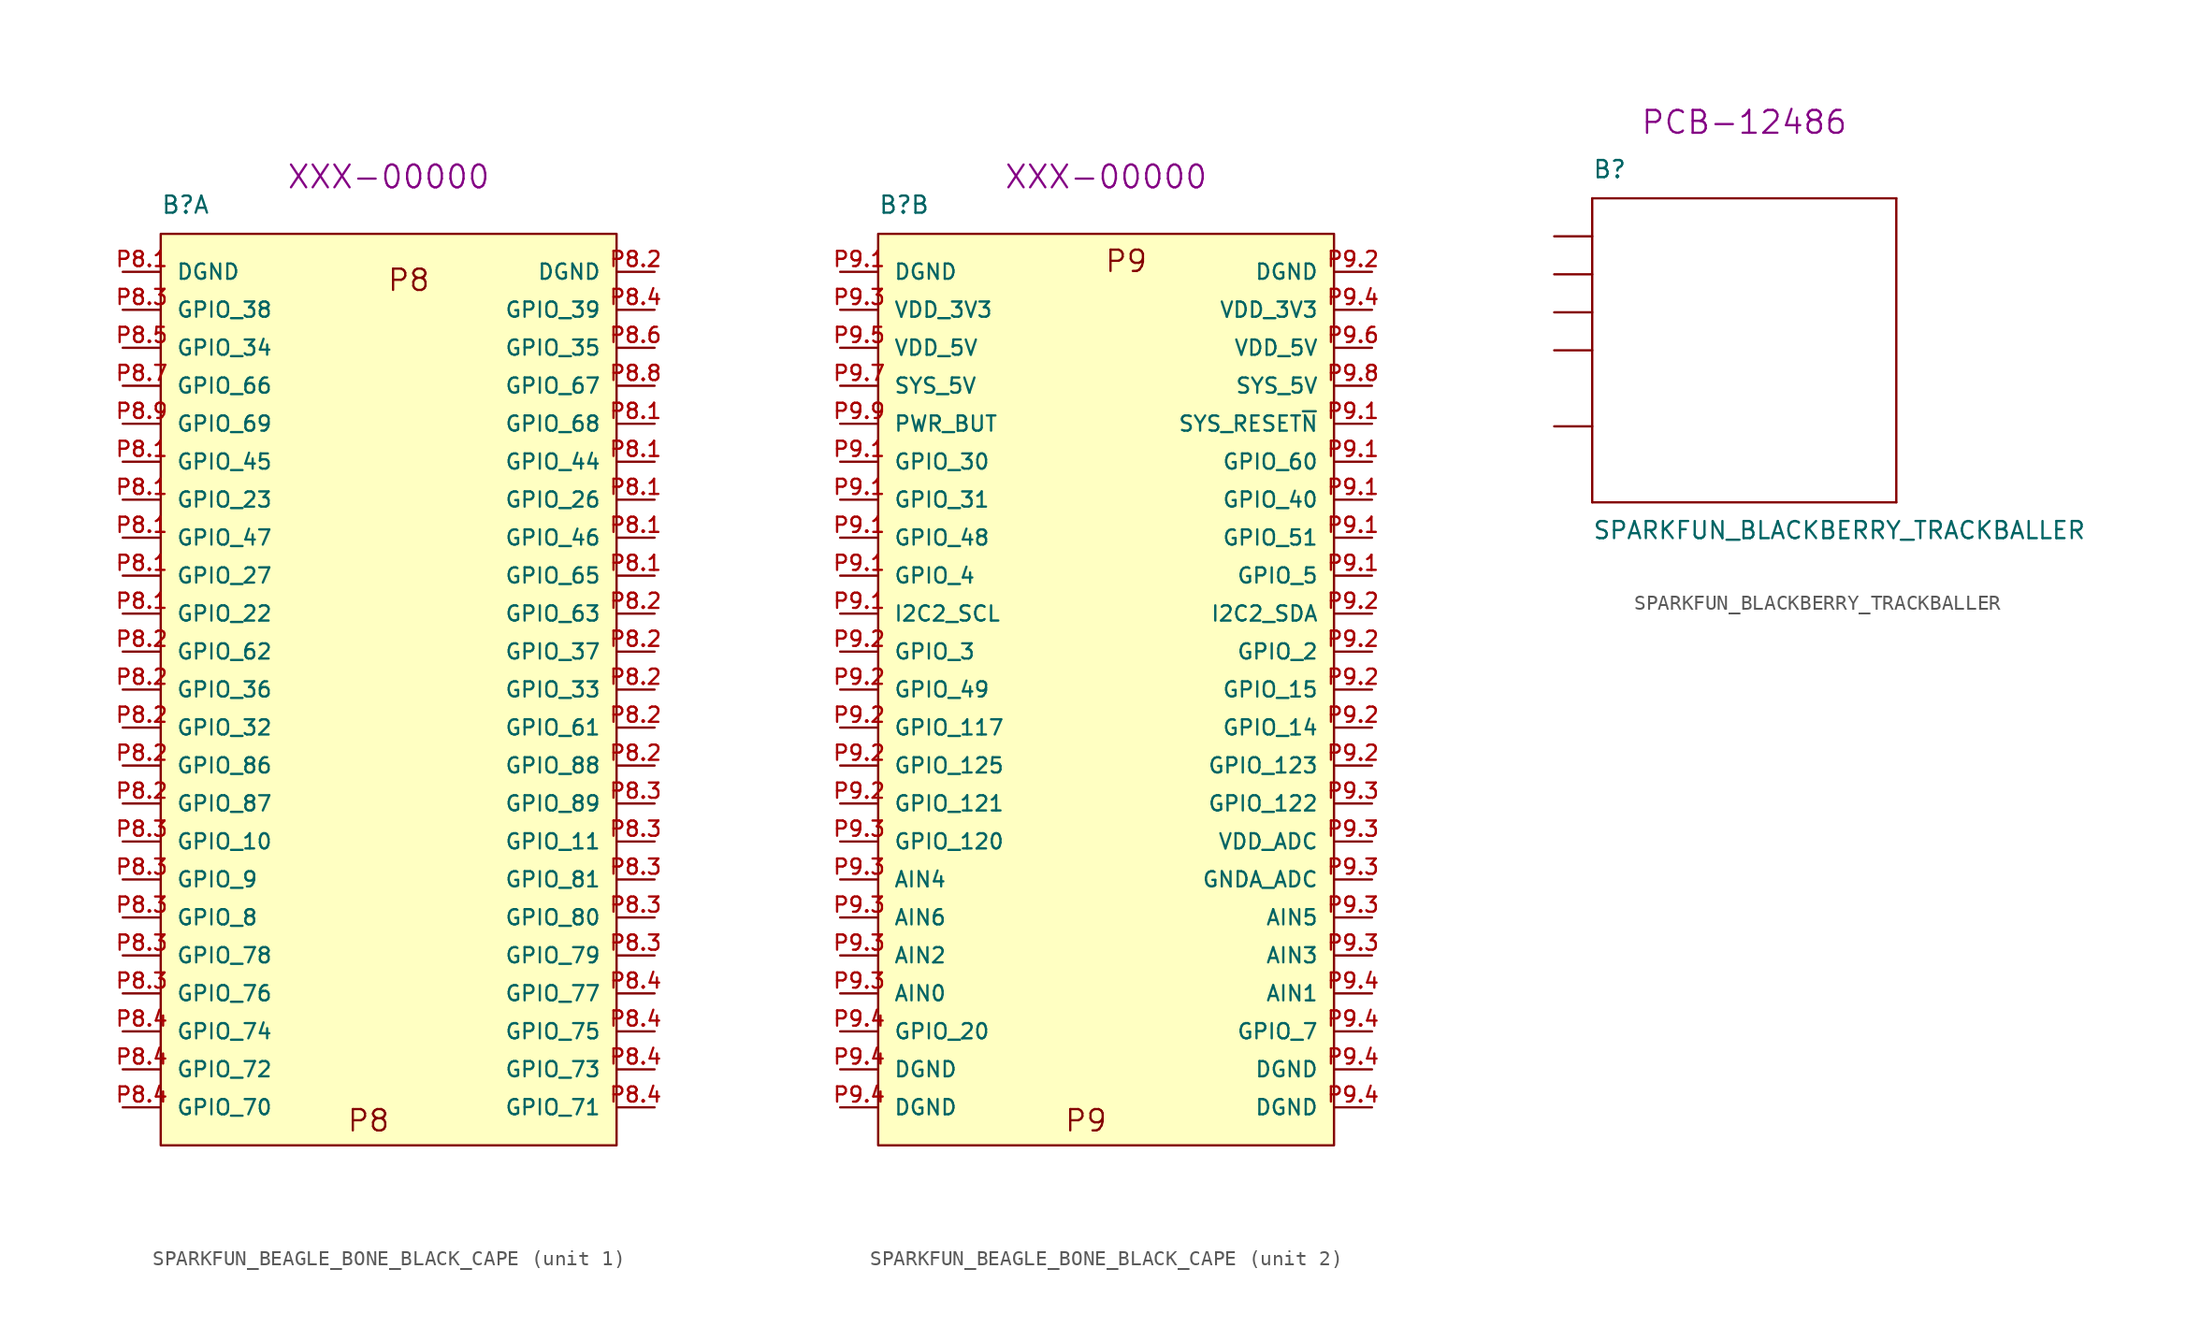
<source format=kicad_sym>
(kicad_symbol_lib
  (version 20211014)
  (generator kicad_symbol_editor)
  (symbol "SPARKFUN_BEAGLE_BONE_BLACK_CAPE"
    (pin_names
      (offset 1.016))
    (property "Reference" "B"
      (at -15.24 29.21 0)
      (effects (font (size 1.143 1.143)) (justify left bottom)))
    (property "Field4" "XXX-00000"
      (at 0 31.75 0)
      (effects (font (size 1.524 1.524))))
    (property "ki_locked" ""
      (at 0 0 0)
      (effects (font (size 1.27 1.27))))
    (symbol "SPARKFUN_BEAGLE_BONE_BLACK_CAPE_1_0"
      (text "P8" (at -1.346 -31.369 0) (effects (font (size 1.422 1.422))))
      (text "P8" (at 1.346 24.841 0) (effects (font (size 1.422 1.422)))))
    (symbol "SPARKFUN_BEAGLE_BONE_BLACK_CAPE_1_1"
      (polyline (pts (xy -15.24 27.94) (xy 15.24 27.94) (xy 15.24 -33.02) (xy -15.24 -33.02) (xy -15.24 27.94)) (stroke (width 0) (type default) (color 0 0 0 0)) (fill (type background)))
      (pin bidirectional line (at -17.78 25.4 0) (length 2.54) (name "DGND" (effects (font (size 1.016 1.016)))) (number "P8.1" (effects (font (size 1.016 1.016)))))
      (pin bidirectional line (at -17.78 2.54 0) (length 2.54) (name "GPIO_22" (effects (font (size 1.016 1.016)))) (number "P8.1" (effects (font (size 1.016 1.016)))))
      (pin bidirectional line (at -17.78 10.16 0) (length 2.54) (name "GPIO_23" (effects (font (size 1.016 1.016)))) (number "P8.1" (effects (font (size 1.016 1.016)))))
      (pin bidirectional line (at 17.78 10.16 180) (length 2.54) (name "GPIO_26" (effects (font (size 1.016 1.016)))) (number "P8.1" (effects (font (size 1.016 1.016)))))
      (pin bidirectional line (at -17.78 5.08 0) (length 2.54) (name "GPIO_27" (effects (font (size 1.016 1.016)))) (number "P8.1" (effects (font (size 1.016 1.016)))))
      (pin bidirectional line (at 17.78 12.7 180) (length 2.54) (name "GPIO_44" (effects (font (size 1.016 1.016)))) (number "P8.1" (effects (font (size 1.016 1.016)))))
      (pin bidirectional line (at -17.78 12.7 0) (length 2.54) (name "GPIO_45" (effects (font (size 1.016 1.016)))) (number "P8.1" (effects (font (size 1.016 1.016)))))
      (pin bidirectional line (at 17.78 7.62 180) (length 2.54) (name "GPIO_46" (effects (font (size 1.016 1.016)))) (number "P8.1" (effects (font (size 1.016 1.016)))))
      (pin bidirectional line (at -17.78 7.62 0) (length 2.54) (name "GPIO_47" (effects (font (size 1.016 1.016)))) (number "P8.1" (effects (font (size 1.016 1.016)))))
      (pin bidirectional line (at 17.78 5.08 180) (length 2.54) (name "GPIO_65" (effects (font (size 1.016 1.016)))) (number "P8.1" (effects (font (size 1.016 1.016)))))
      (pin bidirectional line (at 17.78 15.24 180) (length 2.54) (name "GPIO_68" (effects (font (size 1.016 1.016)))) (number "P8.1" (effects (font (size 1.016 1.016)))))
      (pin bidirectional line (at 17.78 25.4 180) (length 2.54) (name "DGND" (effects (font (size 1.016 1.016)))) (number "P8.2" (effects (font (size 1.016 1.016)))))
      (pin bidirectional line (at -17.78 -5.08 0) (length 2.54) (name "GPIO_32" (effects (font (size 1.016 1.016)))) (number "P8.2" (effects (font (size 1.016 1.016)))))
      (pin bidirectional line (at 17.78 -2.54 180) (length 2.54) (name "GPIO_33" (effects (font (size 1.016 1.016)))) (number "P8.2" (effects (font (size 1.016 1.016)))))
      (pin bidirectional line (at -17.78 -2.54 0) (length 2.54) (name "GPIO_36" (effects (font (size 1.016 1.016)))) (number "P8.2" (effects (font (size 1.016 1.016)))))
      (pin bidirectional line (at 17.78 0 180) (length 2.54) (name "GPIO_37" (effects (font (size 1.016 1.016)))) (number "P8.2" (effects (font (size 1.016 1.016)))))
      (pin bidirectional line (at 17.78 -5.08 180) (length 2.54) (name "GPIO_61" (effects (font (size 1.016 1.016)))) (number "P8.2" (effects (font (size 1.016 1.016)))))
      (pin bidirectional line (at -17.78 0 0) (length 2.54) (name "GPIO_62" (effects (font (size 1.016 1.016)))) (number "P8.2" (effects (font (size 1.016 1.016)))))
      (pin bidirectional line (at 17.78 2.54 180) (length 2.54) (name "GPIO_63" (effects (font (size 1.016 1.016)))) (number "P8.2" (effects (font (size 1.016 1.016)))))
      (pin bidirectional line (at -17.78 -7.62 0) (length 2.54) (name "GPIO_86" (effects (font (size 1.016 1.016)))) (number "P8.2" (effects (font (size 1.016 1.016)))))
      (pin bidirectional line (at -17.78 -10.16 0) (length 2.54) (name "GPIO_87" (effects (font (size 1.016 1.016)))) (number "P8.2" (effects (font (size 1.016 1.016)))))
      (pin bidirectional line (at 17.78 -7.62 180) (length 2.54) (name "GPIO_88" (effects (font (size 1.016 1.016)))) (number "P8.2" (effects (font (size 1.016 1.016)))))
      (pin bidirectional line (at -17.78 -12.7 0) (length 2.54) (name "GPIO_10" (effects (font (size 1.016 1.016)))) (number "P8.3" (effects (font (size 1.016 1.016)))))
      (pin bidirectional line (at 17.78 -12.7 180) (length 2.54) (name "GPIO_11" (effects (font (size 1.016 1.016)))) (number "P8.3" (effects (font (size 1.016 1.016)))))
      (pin bidirectional line (at -17.78 22.86 0) (length 2.54) (name "GPIO_38" (effects (font (size 1.016 1.016)))) (number "P8.3" (effects (font (size 1.016 1.016)))))
      (pin bidirectional line (at -17.78 -22.86 0) (length 2.54) (name "GPIO_76" (effects (font (size 1.016 1.016)))) (number "P8.3" (effects (font (size 1.016 1.016)))))
      (pin bidirectional line (at -17.78 -20.32 0) (length 2.54) (name "GPIO_78" (effects (font (size 1.016 1.016)))) (number "P8.3" (effects (font (size 1.016 1.016)))))
      (pin bidirectional line (at 17.78 -20.32 180) (length 2.54) (name "GPIO_79" (effects (font (size 1.016 1.016)))) (number "P8.3" (effects (font (size 1.016 1.016)))))
      (pin bidirectional line (at -17.78 -17.78 0) (length 2.54) (name "GPIO_8" (effects (font (size 1.016 1.016)))) (number "P8.3" (effects (font (size 1.016 1.016)))))
      (pin bidirectional line (at 17.78 -17.78 180) (length 2.54) (name "GPIO_80" (effects (font (size 1.016 1.016)))) (number "P8.3" (effects (font (size 1.016 1.016)))))
      (pin bidirectional line (at 17.78 -15.24 180) (length 2.54) (name "GPIO_81" (effects (font (size 1.016 1.016)))) (number "P8.3" (effects (font (size 1.016 1.016)))))
      (pin bidirectional line (at 17.78 -10.16 180) (length 2.54) (name "GPIO_89" (effects (font (size 1.016 1.016)))) (number "P8.3" (effects (font (size 1.016 1.016)))))
      (pin bidirectional line (at -17.78 -15.24 0) (length 2.54) (name "GPIO_9" (effects (font (size 1.016 1.016)))) (number "P8.3" (effects (font (size 1.016 1.016)))))
      (pin bidirectional line (at 17.78 22.86 180) (length 2.54) (name "GPIO_39" (effects (font (size 1.016 1.016)))) (number "P8.4" (effects (font (size 1.016 1.016)))))
      (pin bidirectional line (at -17.78 -30.48 0) (length 2.54) (name "GPIO_70" (effects (font (size 1.016 1.016)))) (number "P8.4" (effects (font (size 1.016 1.016)))))
      (pin bidirectional line (at 17.78 -30.48 180) (length 2.54) (name "GPIO_71" (effects (font (size 1.016 1.016)))) (number "P8.4" (effects (font (size 1.016 1.016)))))
      (pin bidirectional line (at -17.78 -27.94 0) (length 2.54) (name "GPIO_72" (effects (font (size 1.016 1.016)))) (number "P8.4" (effects (font (size 1.016 1.016)))))
      (pin bidirectional line (at 17.78 -27.94 180) (length 2.54) (name "GPIO_73" (effects (font (size 1.016 1.016)))) (number "P8.4" (effects (font (size 1.016 1.016)))))
      (pin bidirectional line (at -17.78 -25.4 0) (length 2.54) (name "GPIO_74" (effects (font (size 1.016 1.016)))) (number "P8.4" (effects (font (size 1.016 1.016)))))
      (pin bidirectional line (at 17.78 -25.4 180) (length 2.54) (name "GPIO_75" (effects (font (size 1.016 1.016)))) (number "P8.4" (effects (font (size 1.016 1.016)))))
      (pin bidirectional line (at 17.78 -22.86 180) (length 2.54) (name "GPIO_77" (effects (font (size 1.016 1.016)))) (number "P8.4" (effects (font (size 1.016 1.016)))))
      (pin bidirectional line (at -17.78 20.32 0) (length 2.54) (name "GPIO_34" (effects (font (size 1.016 1.016)))) (number "P8.5" (effects (font (size 1.016 1.016)))))
      (pin bidirectional line (at 17.78 20.32 180) (length 2.54) (name "GPIO_35" (effects (font (size 1.016 1.016)))) (number "P8.6" (effects (font (size 1.016 1.016)))))
      (pin bidirectional line (at -17.78 17.78 0) (length 2.54) (name "GPIO_66" (effects (font (size 1.016 1.016)))) (number "P8.7" (effects (font (size 1.016 1.016)))))
      (pin bidirectional line (at 17.78 17.78 180) (length 2.54) (name "GPIO_67" (effects (font (size 1.016 1.016)))) (number "P8.8" (effects (font (size 1.016 1.016)))))
      (pin bidirectional line (at -17.78 15.24 0) (length 2.54) (name "GPIO_69" (effects (font (size 1.016 1.016)))) (number "P8.9" (effects (font (size 1.016 1.016))))))
    (symbol "SPARKFUN_BEAGLE_BONE_BLACK_CAPE_2_0"
      (text "P9" (at -1.346 -31.369 0) (effects (font (size 1.422 1.422))))
      (text "P9" (at 1.346 26.111 0) (effects (font (size 1.422 1.422)))))
    (symbol "SPARKFUN_BEAGLE_BONE_BLACK_CAPE_2_1"
      (polyline (pts (xy -15.24 27.94) (xy 15.24 27.94) (xy 15.24 -33.02) (xy -15.24 -33.02) (xy -15.24 27.94)) (stroke (width 0) (type default) (color 0 0 0 0)) (fill (type background)))
      (pin bidirectional line (at -17.78 25.4 0) (length 2.54) (name "DGND" (effects (font (size 1.016 1.016)))) (number "P9.1" (effects (font (size 1.016 1.016)))))
      (pin bidirectional line (at -17.78 12.7 0) (length 2.54) (name "GPIO_30" (effects (font (size 1.016 1.016)))) (number "P9.1" (effects (font (size 1.016 1.016)))))
      (pin bidirectional line (at -17.78 10.16 0) (length 2.54) (name "GPIO_31" (effects (font (size 1.016 1.016)))) (number "P9.1" (effects (font (size 1.016 1.016)))))
      (pin bidirectional line (at -17.78 5.08 0) (length 2.54) (name "GPIO_4" (effects (font (size 1.016 1.016)))) (number "P9.1" (effects (font (size 1.016 1.016)))))
      (pin bidirectional line (at 17.78 10.16 180) (length 2.54) (name "GPIO_40" (effects (font (size 1.016 1.016)))) (number "P9.1" (effects (font (size 1.016 1.016)))))
      (pin bidirectional line (at -17.78 7.62 0) (length 2.54) (name "GPIO_48" (effects (font (size 1.016 1.016)))) (number "P9.1" (effects (font (size 1.016 1.016)))))
      (pin bidirectional line (at 17.78 5.08 180) (length 2.54) (name "GPIO_5" (effects (font (size 1.016 1.016)))) (number "P9.1" (effects (font (size 1.016 1.016)))))
      (pin bidirectional line (at 17.78 7.62 180) (length 2.54) (name "GPIO_51" (effects (font (size 1.016 1.016)))) (number "P9.1" (effects (font (size 1.016 1.016)))))
      (pin bidirectional line (at 17.78 12.7 180) (length 2.54) (name "GPIO_60" (effects (font (size 1.016 1.016)))) (number "P9.1" (effects (font (size 1.016 1.016)))))
      (pin bidirectional line (at -17.78 2.54 0) (length 2.54) (name "I2C2_SCL" (effects (font (size 1.016 1.016)))) (number "P9.1" (effects (font (size 1.016 1.016)))))
      (pin bidirectional line (at 17.78 15.24 180) (length 2.54) (name "SYS_RESET~{N}" (effects (font (size 1.016 1.016)))) (number "P9.1" (effects (font (size 1.016 1.016)))))
      (pin bidirectional line (at 17.78 25.4 180) (length 2.54) (name "DGND" (effects (font (size 1.016 1.016)))) (number "P9.2" (effects (font (size 1.016 1.016)))))
      (pin bidirectional line (at -17.78 -5.08 0) (length 2.54) (name "GPIO_117" (effects (font (size 1.016 1.016)))) (number "P9.2" (effects (font (size 1.016 1.016)))))
      (pin bidirectional line (at -17.78 -10.16 0) (length 2.54) (name "GPIO_121" (effects (font (size 1.016 1.016)))) (number "P9.2" (effects (font (size 1.016 1.016)))))
      (pin bidirectional line (at 17.78 -7.62 180) (length 2.54) (name "GPIO_123" (effects (font (size 1.016 1.016)))) (number "P9.2" (effects (font (size 1.016 1.016)))))
      (pin bidirectional line (at -17.78 -7.62 0) (length 2.54) (name "GPIO_125" (effects (font (size 1.016 1.016)))) (number "P9.2" (effects (font (size 1.016 1.016)))))
      (pin bidirectional line (at 17.78 -5.08 180) (length 2.54) (name "GPIO_14" (effects (font (size 1.016 1.016)))) (number "P9.2" (effects (font (size 1.016 1.016)))))
      (pin bidirectional line (at 17.78 -2.54 180) (length 2.54) (name "GPIO_15" (effects (font (size 1.016 1.016)))) (number "P9.2" (effects (font (size 1.016 1.016)))))
      (pin bidirectional line (at 17.78 0 180) (length 2.54) (name "GPIO_2" (effects (font (size 1.016 1.016)))) (number "P9.2" (effects (font (size 1.016 1.016)))))
      (pin bidirectional line (at -17.78 0 0) (length 2.54) (name "GPIO_3" (effects (font (size 1.016 1.016)))) (number "P9.2" (effects (font (size 1.016 1.016)))))
      (pin bidirectional line (at -17.78 -2.54 0) (length 2.54) (name "GPIO_49" (effects (font (size 1.016 1.016)))) (number "P9.2" (effects (font (size 1.016 1.016)))))
      (pin bidirectional line (at 17.78 2.54 180) (length 2.54) (name "I2C2_SDA" (effects (font (size 1.016 1.016)))) (number "P9.2" (effects (font (size 1.016 1.016)))))
      (pin bidirectional line (at -17.78 -22.86 0) (length 2.54) (name "AIN0" (effects (font (size 1.016 1.016)))) (number "P9.3" (effects (font (size 1.016 1.016)))))
      (pin bidirectional line (at -17.78 -20.32 0) (length 2.54) (name "AIN2" (effects (font (size 1.016 1.016)))) (number "P9.3" (effects (font (size 1.016 1.016)))))
      (pin bidirectional line (at 17.78 -20.32 180) (length 2.54) (name "AIN3" (effects (font (size 1.016 1.016)))) (number "P9.3" (effects (font (size 1.016 1.016)))))
      (pin bidirectional line (at -17.78 -15.24 0) (length 2.54) (name "AIN4" (effects (font (size 1.016 1.016)))) (number "P9.3" (effects (font (size 1.016 1.016)))))
      (pin bidirectional line (at 17.78 -17.78 180) (length 2.54) (name "AIN5" (effects (font (size 1.016 1.016)))) (number "P9.3" (effects (font (size 1.016 1.016)))))
      (pin bidirectional line (at -17.78 -17.78 0) (length 2.54) (name "AIN6" (effects (font (size 1.016 1.016)))) (number "P9.3" (effects (font (size 1.016 1.016)))))
      (pin bidirectional line (at 17.78 -15.24 180) (length 2.54) (name "GNDA_ADC" (effects (font (size 1.016 1.016)))) (number "P9.3" (effects (font (size 1.016 1.016)))))
      (pin bidirectional line (at -17.78 -12.7 0) (length 2.54) (name "GPIO_120" (effects (font (size 1.016 1.016)))) (number "P9.3" (effects (font (size 1.016 1.016)))))
      (pin bidirectional line (at 17.78 -10.16 180) (length 2.54) (name "GPIO_122" (effects (font (size 1.016 1.016)))) (number "P9.3" (effects (font (size 1.016 1.016)))))
      (pin bidirectional line (at -17.78 22.86 0) (length 2.54) (name "VDD_3V3" (effects (font (size 1.016 1.016)))) (number "P9.3" (effects (font (size 1.016 1.016)))))
      (pin bidirectional line (at 17.78 -12.7 180) (length 2.54) (name "VDD_ADC" (effects (font (size 1.016 1.016)))) (number "P9.3" (effects (font (size 1.016 1.016)))))
      (pin bidirectional line (at 17.78 -22.86 180) (length 2.54) (name "AIN1" (effects (font (size 1.016 1.016)))) (number "P9.4" (effects (font (size 1.016 1.016)))))
      (pin bidirectional line (at -17.78 -30.48 0) (length 2.54) (name "DGND" (effects (font (size 1.016 1.016)))) (number "P9.4" (effects (font (size 1.016 1.016)))))
      (pin bidirectional line (at -17.78 -27.94 0) (length 2.54) (name "DGND" (effects (font (size 1.016 1.016)))) (number "P9.4" (effects (font (size 1.016 1.016)))))
      (pin bidirectional line (at 17.78 -30.48 180) (length 2.54) (name "DGND" (effects (font (size 1.016 1.016)))) (number "P9.4" (effects (font (size 1.016 1.016)))))
      (pin bidirectional line (at 17.78 -27.94 180) (length 2.54) (name "DGND" (effects (font (size 1.016 1.016)))) (number "P9.4" (effects (font (size 1.016 1.016)))))
      (pin bidirectional line (at -17.78 -25.4 0) (length 2.54) (name "GPIO_20" (effects (font (size 1.016 1.016)))) (number "P9.4" (effects (font (size 1.016 1.016)))))
      (pin bidirectional line (at 17.78 -25.4 180) (length 2.54) (name "GPIO_7" (effects (font (size 1.016 1.016)))) (number "P9.4" (effects (font (size 1.016 1.016)))))
      (pin bidirectional line (at 17.78 22.86 180) (length 2.54) (name "VDD_3V3" (effects (font (size 1.016 1.016)))) (number "P9.4" (effects (font (size 1.016 1.016)))))
      (pin bidirectional line (at -17.78 20.32 0) (length 2.54) (name "VDD_5V" (effects (font (size 1.016 1.016)))) (number "P9.5" (effects (font (size 1.016 1.016)))))
      (pin bidirectional line (at 17.78 20.32 180) (length 2.54) (name "VDD_5V" (effects (font (size 1.016 1.016)))) (number "P9.6" (effects (font (size 1.016 1.016)))))
      (pin bidirectional line (at -17.78 17.78 0) (length 2.54) (name "SYS_5V" (effects (font (size 1.016 1.016)))) (number "P9.7" (effects (font (size 1.016 1.016)))))
      (pin bidirectional line (at 17.78 17.78 180) (length 2.54) (name "SYS_5V" (effects (font (size 1.016 1.016)))) (number "P9.8" (effects (font (size 1.016 1.016)))))
      (pin bidirectional line (at -17.78 15.24 0) (length 2.54) (name "PWR_BUT" (effects (font (size 1.016 1.016)))) (number "P9.9" (effects (font (size 1.016 1.016)))))))
  (symbol "SPARKFUN_BLACKBERRY_TRACKBALLER"
    (pin_names
      (offset 1.016))
    (property "Reference" "B"
      (at -10.16 11.43 0)
      (effects (font (size 1.143 1.143)) (justify left bottom)))
    (property "Value" "SPARKFUN_BLACKBERRY_TRACKBALLER"
      (at -10.16 -12.7 0)
      (effects (font (size 1.143 1.143)) (justify left bottom)))
    (property "Field4" "PCB-12486"
      (at 0 15.24 0)
      (effects (font (size 1.524 1.524))))
    (property "ki_locked" ""
      (at 0 0 0)
      (effects (font (size 1.27 1.27))))
    (symbol "SPARKFUN_BLACKBERRY_TRACKBALLER_1_0"
      (polyline (pts (xy -12.7 -5.08) (xy -10.16 -5.08)) (stroke (width 0) (type default) (color 0 0 0 0)) (fill (type none)))
      (polyline (pts (xy -12.7 0) (xy -10.16 0)) (stroke (width 0) (type default) (color 0 0 0 0)) (fill (type none)))
      (polyline (pts (xy -12.7 2.54) (xy -10.16 2.54)) (stroke (width 0) (type default) (color 0 0 0 0)) (fill (type none)))
      (polyline (pts (xy -12.7 5.08) (xy -10.16 5.08)) (stroke (width 0) (type default) (color 0 0 0 0)) (fill (type none)))
      (polyline (pts (xy -12.7 7.62) (xy -10.16 7.62)) (stroke (width 0) (type default) (color 0 0 0 0)) (fill (type none)))
      (polyline (pts (xy -10.16 -10.16) (xy -10.16 10.16)) (stroke (width 0) (type default) (color 0 0 0 0)) (fill (type none)))
      (polyline (pts (xy -10.16 -10.16) (xy 10.16 -10.16)) (stroke (width 0) (type default) (color 0 0 0 0)) (fill (type none)))
      (polyline (pts (xy -10.16 10.16) (xy 10.16 10.16)) (stroke (width 0) (type default) (color 0 0 0 0)) (fill (type none)))
      (polyline (pts (xy 10.16 10.16) (xy 10.16 -10.16)) (stroke (width 0) (type default) (color 0 0 0 0)) (fill (type none))))
    (symbol "SPARKFUN_BLACKBERRY_TRACKBALLER_1_1"
      (pin input line (at 12.7 0 180) (length 2.54) hide (name "BLU" (effects (font (size 1.016 1.016)))) (number "~" (effects (font (size 1.016 1.016)))))
      (pin output line (at -12.7 -5.08 0) (length 2.54) hide (name "BTN" (effects (font (size 1.016 1.016)))) (number "~" (effects (font (size 1.016 1.016)))))
      (pin output line (at -12.7 5.08 0) (length 2.54) hide (name "DWN" (effects (font (size 1.016 1.016)))) (number "~" (effects (font (size 1.016 1.016)))))
      (pin power_in line (at 12.7 -7.62 180) (length 2.54) hide (name "GND" (effects (font (size 1.016 1.016)))) (number "~" (effects (font (size 1.016 1.016)))))
      (pin input line (at 12.7 5.08 180) (length 2.54) hide (name "GRN" (effects (font (size 1.016 1.016)))) (number "~" (effects (font (size 1.016 1.016)))))
      (pin output line (at -12.7 2.54 0) (length 2.54) hide (name "LFT" (effects (font (size 1.016 1.016)))) (number "~" (effects (font (size 1.016 1.016)))))
      (pin input line (at 12.7 2.54 180) (length 2.54) hide (name "RED" (effects (font (size 1.016 1.016)))) (number "~" (effects (font (size 1.016 1.016)))))
      (pin output line (at -12.7 0 0) (length 2.54) hide (name "RHT" (effects (font (size 1.016 1.016)))) (number "~" (effects (font (size 1.016 1.016)))))
      (pin output line (at -12.7 7.62 0) (length 2.54) hide (name "UP" (effects (font (size 1.016 1.016)))) (number "~" (effects (font (size 1.016 1.016)))))
      (pin power_in line (at 12.7 -5.08 180) (length 2.54) hide (name "VCC" (effects (font (size 1.016 1.016)))) (number "~" (effects (font (size 1.016 1.016)))))
      (pin input line (at 12.7 7.62 180) (length 2.54) hide (name "WHT" (effects (font (size 1.016 1.016)))) (number "~" (effects (font (size 1.016 1.016))))))))
</source>
